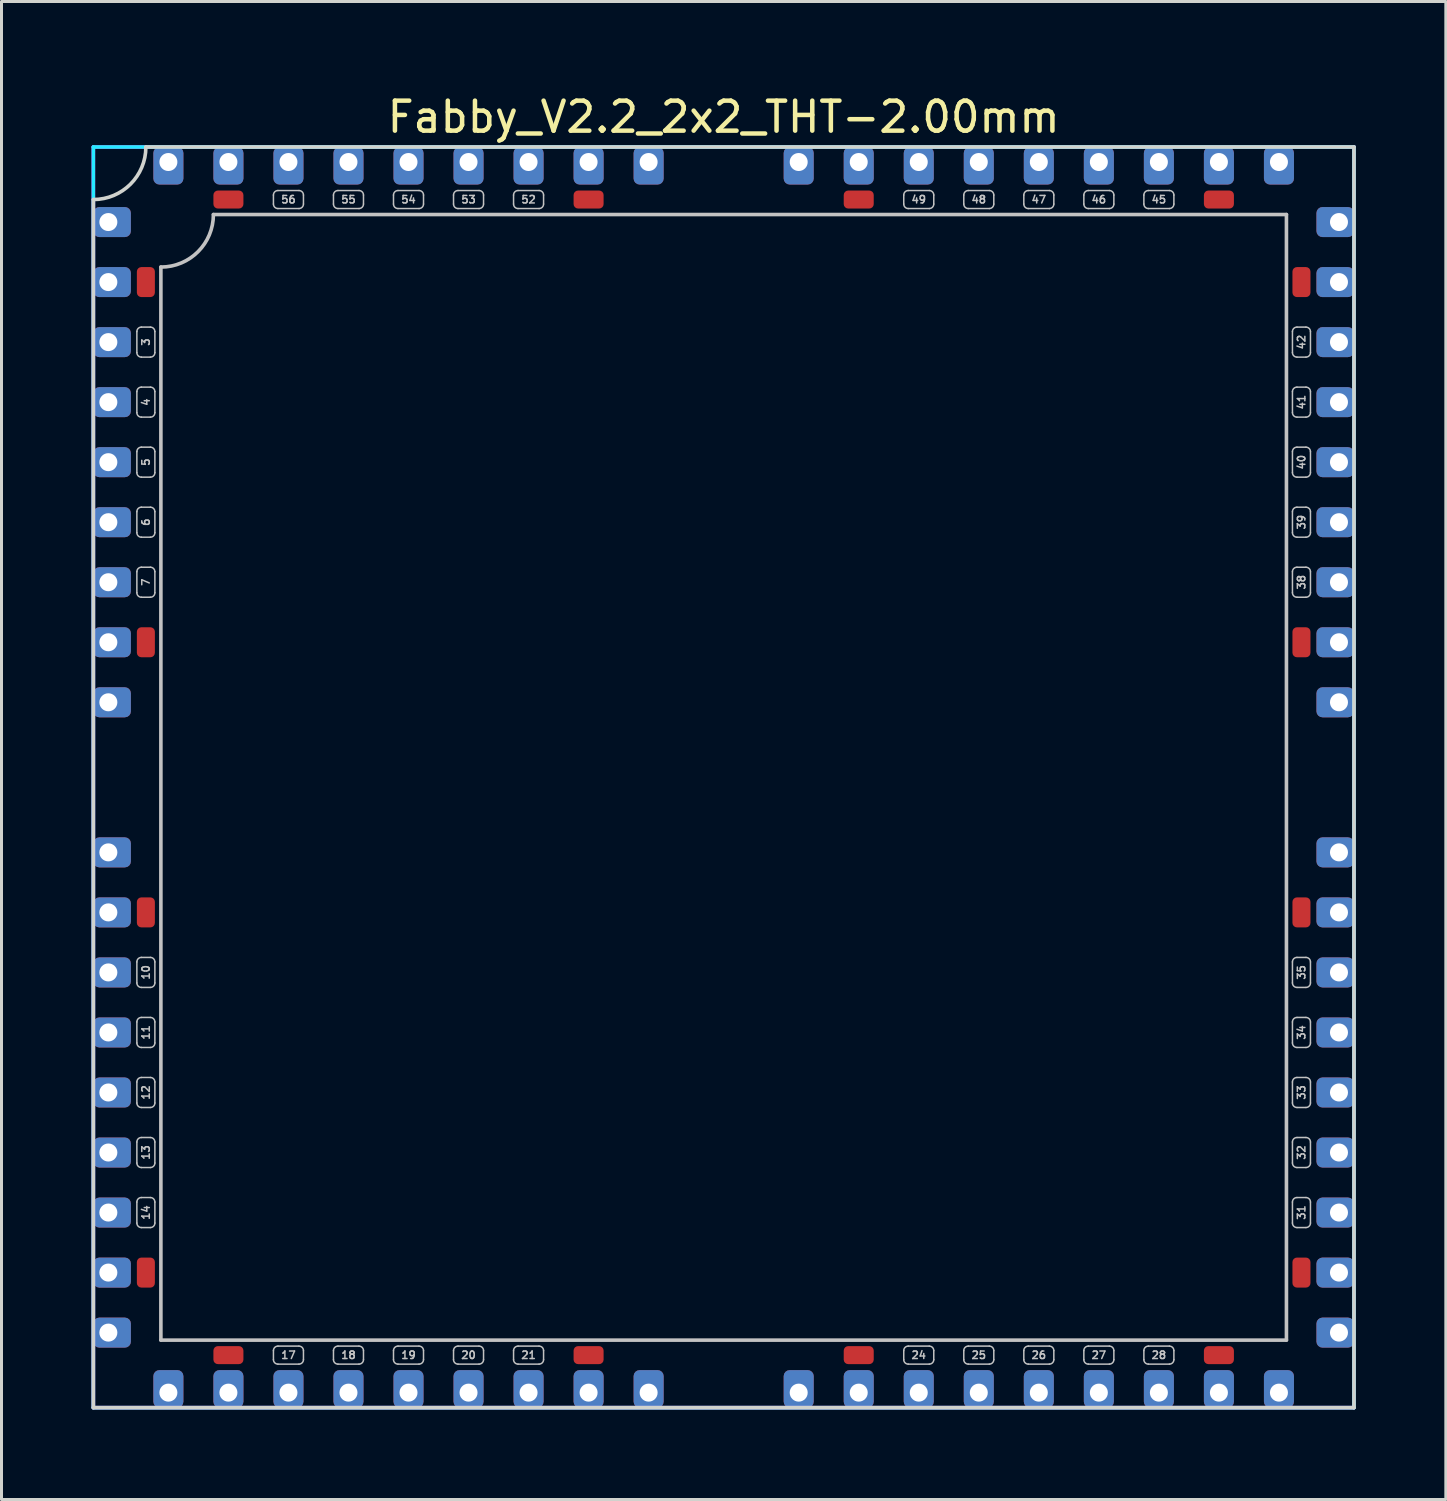
<source format=kicad_pcb>
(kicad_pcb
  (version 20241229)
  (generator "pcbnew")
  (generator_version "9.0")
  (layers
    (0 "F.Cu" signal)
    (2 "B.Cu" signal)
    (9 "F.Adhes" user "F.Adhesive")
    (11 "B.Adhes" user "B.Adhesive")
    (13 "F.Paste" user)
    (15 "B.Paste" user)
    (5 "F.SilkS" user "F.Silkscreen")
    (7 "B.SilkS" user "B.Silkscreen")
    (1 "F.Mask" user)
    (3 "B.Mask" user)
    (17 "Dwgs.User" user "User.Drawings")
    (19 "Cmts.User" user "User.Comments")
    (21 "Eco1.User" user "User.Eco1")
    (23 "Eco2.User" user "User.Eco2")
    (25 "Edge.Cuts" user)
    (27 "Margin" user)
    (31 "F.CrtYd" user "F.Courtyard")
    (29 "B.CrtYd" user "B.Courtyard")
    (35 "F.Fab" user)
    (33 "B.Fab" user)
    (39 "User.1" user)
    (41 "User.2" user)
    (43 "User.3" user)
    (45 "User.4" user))
  (footprint "Fabby_V2.2_2x2_THT-2.00mm"
    (layer "F.Cu")
    (at 21.06 22.848)
    (property "Reference" "Fabby_V2.2_2x2_THT-2.00mm" (at 0 -22 0) (layer "F.SilkS") (effects (font (size 1 1) (thickness 0.15))))
    (attr through_hole)
    (fp_line (start -19.55 -14.15) (end -19.55 -14.85) (stroke (width 0.05) (type solid)) (layer "Dwgs.User"))
    (fp_line (start -19.55 -12.15) (end -19.55 -12.85) (stroke (width 0.05) (type solid)) (layer "Dwgs.User"))
    (fp_line (start -19.55 -10.15) (end -19.55 -10.85) (stroke (width 0.05) (type solid)) (layer "Dwgs.User"))
    (fp_line (start -19.55 -8.15) (end -19.55 -8.85) (stroke (width 0.05) (type solid)) (layer "Dwgs.User"))
    (fp_line (start -19.55 -6.15) (end -19.55 -6.85) (stroke (width 0.05) (type solid)) (layer "Dwgs.User"))
    (fp_line (start -19.55 6.15) (end -19.55 6.85) (stroke (width 0.05) (type solid)) (layer "Dwgs.User"))
    (fp_line (start -19.55 8.15) (end -19.55 8.85) (stroke (width 0.05) (type solid)) (layer "Dwgs.User"))
    (fp_line (start -19.55 10.15) (end -19.55 10.85) (stroke (width 0.05) (type solid)) (layer "Dwgs.User"))
    (fp_line (start -19.55 12.15) (end -19.55 12.85) (stroke (width 0.05) (type solid)) (layer "Dwgs.User"))
    (fp_line (start -19.55 14.15) (end -19.55 14.85) (stroke (width 0.05) (type solid)) (layer "Dwgs.User"))
    (fp_line (start -19.4 -15) (end -19.1 -15) (stroke (width 0.05) (type solid)) (layer "Dwgs.User"))
    (fp_line (start -19.4 -14) (end -19.1 -14) (stroke (width 0.05) (type solid)) (layer "Dwgs.User"))
    (fp_line (start -19.4 -13) (end -19.1 -13) (stroke (width 0.05) (type solid)) (layer "Dwgs.User"))
    (fp_line (start -19.4 -12) (end -19.1 -12) (stroke (width 0.05) (type solid)) (layer "Dwgs.User"))
    (fp_line (start -19.4 -11) (end -19.1 -11) (stroke (width 0.05) (type solid)) (layer "Dwgs.User"))
    (fp_line (start -19.4 -10) (end -19.1 -10) (stroke (width 0.05) (type solid)) (layer "Dwgs.User"))
    (fp_line (start -19.4 -9) (end -19.1 -9) (stroke (width 0.05) (type solid)) (layer "Dwgs.User"))
    (fp_line (start -19.4 -8) (end -19.1 -8) (stroke (width 0.05) (type solid)) (layer "Dwgs.User"))
    (fp_line (start -19.4 -7) (end -19.1 -7) (stroke (width 0.05) (type solid)) (layer "Dwgs.User"))
    (fp_line (start -19.4 -6) (end -19.1 -6) (stroke (width 0.05) (type solid)) (layer "Dwgs.User"))
    (fp_line (start -19.1 6) (end -19.4 6) (stroke (width 0.05) (type solid)) (layer "Dwgs.User"))
    (fp_line (start -19.1 7) (end -19.4 7) (stroke (width 0.05) (type solid)) (layer "Dwgs.User"))
    (fp_line (start -19.1 8) (end -19.4 8) (stroke (width 0.05) (type solid)) (layer "Dwgs.User"))
    (fp_line (start -19.1 9) (end -19.4 9) (stroke (width 0.05) (type solid)) (layer "Dwgs.User"))
    (fp_line (start -19.1 10) (end -19.4 10) (stroke (width 0.05) (type solid)) (layer "Dwgs.User"))
    (fp_line (start -19.1 11) (end -19.4 11) (stroke (width 0.05) (type solid)) (layer "Dwgs.User"))
    (fp_line (start -19.1 12) (end -19.4 12) (stroke (width 0.05) (type solid)) (layer "Dwgs.User"))
    (fp_line (start -19.1 13) (end -19.4 13) (stroke (width 0.05) (type solid)) (layer "Dwgs.User"))
    (fp_line (start -19.1 14) (end -19.4 14) (stroke (width 0.05) (type solid)) (layer "Dwgs.User"))
    (fp_line (start -19.1 15) (end -19.4 15) (stroke (width 0.05) (type solid)) (layer "Dwgs.User"))
    (fp_line (start -18.95 -14.15) (end -18.95 -14.85) (stroke (width 0.05) (type solid)) (layer "Dwgs.User"))
    (fp_line (start -18.95 -12.15) (end -18.95 -12.85) (stroke (width 0.05) (type solid)) (layer "Dwgs.User"))
    (fp_line (start -18.95 -10.15) (end -18.95 -10.85) (stroke (width 0.05) (type solid)) (layer "Dwgs.User"))
    (fp_line (start -18.95 -8.15) (end -18.95 -8.85) (stroke (width 0.05) (type solid)) (layer "Dwgs.User"))
    (fp_line (start -18.95 -6.15) (end -18.95 -6.85) (stroke (width 0.05) (type solid)) (layer "Dwgs.User"))
    (fp_line (start -18.95 6.15) (end -18.95 6.85) (stroke (width 0.05) (type solid)) (layer "Dwgs.User"))
    (fp_line (start -18.95 8.15) (end -18.95 8.85) (stroke (width 0.05) (type solid)) (layer "Dwgs.User"))
    (fp_line (start -18.95 10.15) (end -18.95 10.85) (stroke (width 0.05) (type solid)) (layer "Dwgs.User"))
    (fp_line (start -18.95 12.15) (end -18.95 12.85) (stroke (width 0.05) (type solid)) (layer "Dwgs.User"))
    (fp_line (start -18.95 14.15) (end -18.95 14.85) (stroke (width 0.05) (type solid)) (layer "Dwgs.User"))
    (fp_line (start -18.75 18.75) (end -18.75 -17) (stroke (width 0.12) (type solid)) (layer "Dwgs.User"))
    (fp_line (start -17 -18.75) (end 18.75 -18.75) (stroke (width 0.12) (type solid)) (layer "Dwgs.User"))
    (fp_line (start -15 -19.1) (end -15 -19.4) (stroke (width 0.05) (type solid)) (layer "Dwgs.User"))
    (fp_line (start -15 19.4) (end -15 19.1) (stroke (width 0.05) (type solid)) (layer "Dwgs.User"))
    (fp_line (start -14.15 -19.55) (end -14.85 -19.55) (stroke (width 0.05) (type solid)) (layer "Dwgs.User"))
    (fp_line (start -14.15 -18.95) (end -14.85 -18.95) (stroke (width 0.05) (type solid)) (layer "Dwgs.User"))
    (fp_line (start -14.15 18.95) (end -14.85 18.95) (stroke (width 0.05) (type solid)) (layer "Dwgs.User"))
    (fp_line (start -14.15 19.55) (end -14.85 19.55) (stroke (width 0.05) (type solid)) (layer "Dwgs.User"))
    (fp_line (start -14 -19.1) (end -14 -19.4) (stroke (width 0.05) (type solid)) (layer "Dwgs.User"))
    (fp_line (start -14 19.4) (end -14 19.1) (stroke (width 0.05) (type solid)) (layer "Dwgs.User"))
    (fp_line (start -13 -19.1) (end -13 -19.4) (stroke (width 0.05) (type solid)) (layer "Dwgs.User"))
    (fp_line (start -13 19.4) (end -13 19.1) (stroke (width 0.05) (type solid)) (layer "Dwgs.User"))
    (fp_line (start -12.15 -19.55) (end -12.85 -19.55) (stroke (width 0.05) (type solid)) (layer "Dwgs.User"))
    (fp_line (start -12.15 -18.95) (end -12.85 -18.95) (stroke (width 0.05) (type solid)) (layer "Dwgs.User"))
    (fp_line (start -12.15 18.95) (end -12.85 18.95) (stroke (width 0.05) (type solid)) (layer "Dwgs.User"))
    (fp_line (start -12.15 19.55) (end -12.85 19.55) (stroke (width 0.05) (type solid)) (layer "Dwgs.User"))
    (fp_line (start -12 -19.1) (end -12 -19.4) (stroke (width 0.05) (type solid)) (layer "Dwgs.User"))
    (fp_line (start -12 19.4) (end -12 19.1) (stroke (width 0.05) (type solid)) (layer "Dwgs.User"))
    (fp_line (start -11 -19.1) (end -11 -19.4) (stroke (width 0.05) (type solid)) (layer "Dwgs.User"))
    (fp_line (start -11 19.4) (end -11 19.1) (stroke (width 0.05) (type solid)) (layer "Dwgs.User"))
    (fp_line (start -10.15 -19.55) (end -10.85 -19.55) (stroke (width 0.05) (type solid)) (layer "Dwgs.User"))
    (fp_line (start -10.15 -18.95) (end -10.85 -18.95) (stroke (width 0.05) (type solid)) (layer "Dwgs.User"))
    (fp_line (start -10.15 18.95) (end -10.85 18.95) (stroke (width 0.05) (type solid)) (layer "Dwgs.User"))
    (fp_line (start -10.15 19.55) (end -10.85 19.55) (stroke (width 0.05) (type solid)) (layer "Dwgs.User"))
    (fp_line (start -10 -19.1) (end -10 -19.4) (stroke (width 0.05) (type solid)) (layer "Dwgs.User"))
    (fp_line (start -10 19.4) (end -10 19.1) (stroke (width 0.05) (type solid)) (layer "Dwgs.User"))
    (fp_line (start -9 -19.1) (end -9 -19.4) (stroke (width 0.05) (type solid)) (layer "Dwgs.User"))
    (fp_line (start -9 19.4) (end -9 19.1) (stroke (width 0.05) (type solid)) (layer "Dwgs.User"))
    (fp_line (start -8.15 -19.55) (end -8.85 -19.55) (stroke (width 0.05) (type solid)) (layer "Dwgs.User"))
    (fp_line (start -8.15 -18.95) (end -8.85 -18.95) (stroke (width 0.05) (type solid)) (layer "Dwgs.User"))
    (fp_line (start -8.15 18.95) (end -8.85 18.95) (stroke (width 0.05) (type solid)) (layer "Dwgs.User"))
    (fp_line (start -8.15 19.55) (end -8.85 19.55) (stroke (width 0.05) (type solid)) (layer "Dwgs.User"))
    (fp_line (start -8 -19.1) (end -8 -19.4) (stroke (width 0.05) (type solid)) (layer "Dwgs.User"))
    (fp_line (start -8 19.4) (end -8 19.1) (stroke (width 0.05) (type solid)) (layer "Dwgs.User"))
    (fp_line (start -7 -19.1) (end -7 -19.4) (stroke (width 0.05) (type solid)) (layer "Dwgs.User"))
    (fp_line (start -7 19.4) (end -7 19.1) (stroke (width 0.05) (type solid)) (layer "Dwgs.User"))
    (fp_line (start -6.15 -19.55) (end -6.85 -19.55) (stroke (width 0.05) (type solid)) (layer "Dwgs.User"))
    (fp_line (start -6.15 -18.95) (end -6.85 -18.95) (stroke (width 0.05) (type solid)) (layer "Dwgs.User"))
    (fp_line (start -6.15 18.95) (end -6.85 18.95) (stroke (width 0.05) (type solid)) (layer "Dwgs.User"))
    (fp_line (start -6.15 19.55) (end -6.85 19.55) (stroke (width 0.05) (type solid)) (layer "Dwgs.User"))
    (fp_line (start -6 -19.1) (end -6 -19.4) (stroke (width 0.05) (type solid)) (layer "Dwgs.User"))
    (fp_line (start -6 19.4) (end -6 19.1) (stroke (width 0.05) (type solid)) (layer "Dwgs.User"))
    (fp_line (start 6 -19.1) (end 6 -19.4) (stroke (width 0.05) (type solid)) (layer "Dwgs.User"))
    (fp_line (start 6 19.4) (end 6 19.1) (stroke (width 0.05) (type solid)) (layer "Dwgs.User"))
    (fp_line (start 6.85 -19.55) (end 6.15 -19.55) (stroke (width 0.05) (type solid)) (layer "Dwgs.User"))
    (fp_line (start 6.85 -18.95) (end 6.15 -18.95) (stroke (width 0.05) (type solid)) (layer "Dwgs.User"))
    (fp_line (start 6.85 18.95) (end 6.15 18.95) (stroke (width 0.05) (type solid)) (layer "Dwgs.User"))
    (fp_line (start 6.85 19.55) (end 6.15 19.55) (stroke (width 0.05) (type solid)) (layer "Dwgs.User"))
    (fp_line (start 7 -19.1) (end 7 -19.4) (stroke (width 0.05) (type solid)) (layer "Dwgs.User"))
    (fp_line (start 7 19.4) (end 7 19.1) (stroke (width 0.05) (type solid)) (layer "Dwgs.User"))
    (fp_line (start 8 -19.1) (end 8 -19.4) (stroke (width 0.05) (type solid)) (layer "Dwgs.User"))
    (fp_line (start 8 19.4) (end 8 19.1) (stroke (width 0.05) (type solid)) (layer "Dwgs.User"))
    (fp_line (start 8.85 -19.55) (end 8.15 -19.55) (stroke (width 0.05) (type solid)) (layer "Dwgs.User"))
    (fp_line (start 8.85 -18.95) (end 8.15 -18.95) (stroke (width 0.05) (type solid)) (layer "Dwgs.User"))
    (fp_line (start 8.85 18.95) (end 8.15 18.95) (stroke (width 0.05) (type solid)) (layer "Dwgs.User"))
    (fp_line (start 8.85 19.55) (end 8.15 19.55) (stroke (width 0.05) (type solid)) (layer "Dwgs.User"))
    (fp_line (start 9 -19.1) (end 9 -19.4) (stroke (width 0.05) (type solid)) (layer "Dwgs.User"))
    (fp_line (start 9 19.4) (end 9 19.1) (stroke (width 0.05) (type solid)) (layer "Dwgs.User"))
    (fp_line (start 10 -19.1) (end 10 -19.4) (stroke (width 0.05) (type solid)) (layer "Dwgs.User"))
    (fp_line (start 10 19.4) (end 10 19.1) (stroke (width 0.05) (type solid)) (layer "Dwgs.User"))
    (fp_line (start 10.85 -19.55) (end 10.15 -19.55) (stroke (width 0.05) (type solid)) (layer "Dwgs.User"))
    (fp_line (start 10.85 -18.95) (end 10.15 -18.95) (stroke (width 0.05) (type solid)) (layer "Dwgs.User"))
    (fp_line (start 10.85 18.95) (end 10.15 18.95) (stroke (width 0.05) (type solid)) (layer "Dwgs.User"))
    (fp_line (start 10.85 19.55) (end 10.15 19.55) (stroke (width 0.05) (type solid)) (layer "Dwgs.User"))
    (fp_line (start 11 -19.1) (end 11 -19.4) (stroke (width 0.05) (type solid)) (layer "Dwgs.User"))
    (fp_line (start 11 19.4) (end 11 19.1) (stroke (width 0.05) (type solid)) (layer "Dwgs.User"))
    (fp_line (start 12 -19.1) (end 12 -19.4) (stroke (width 0.05) (type solid)) (layer "Dwgs.User"))
    (fp_line (start 12 19.4) (end 12 19.1) (stroke (width 0.05) (type solid)) (layer "Dwgs.User"))
    (fp_line (start 12.85 -19.55) (end 12.15 -19.55) (stroke (width 0.05) (type solid)) (layer "Dwgs.User"))
    (fp_line (start 12.85 -18.95) (end 12.15 -18.95) (stroke (width 0.05) (type solid)) (layer "Dwgs.User"))
    (fp_line (start 12.85 18.95) (end 12.15 18.95) (stroke (width 0.05) (type solid)) (layer "Dwgs.User"))
    (fp_line (start 12.85 19.55) (end 12.15 19.55) (stroke (width 0.05) (type solid)) (layer "Dwgs.User"))
    (fp_line (start 13 -19.1) (end 13 -19.4) (stroke (width 0.05) (type solid)) (layer "Dwgs.User"))
    (fp_line (start 13 19.4) (end 13 19.1) (stroke (width 0.05) (type solid)) (layer "Dwgs.User"))
    (fp_line (start 14 -19.1) (end 14 -19.4) (stroke (width 0.05) (type solid)) (layer "Dwgs.User"))
    (fp_line (start 14 19.4) (end 14 19.1) (stroke (width 0.05) (type solid)) (layer "Dwgs.User"))
    (fp_line (start 14.85 -19.55) (end 14.15 -19.55) (stroke (width 0.05) (type solid)) (layer "Dwgs.User"))
    (fp_line (start 14.85 -18.95) (end 14.15 -18.95) (stroke (width 0.05) (type solid)) (layer "Dwgs.User"))
    (fp_line (start 14.85 18.95) (end 14.15 18.95) (stroke (width 0.05) (type solid)) (layer "Dwgs.User"))
    (fp_line (start 14.85 19.55) (end 14.15 19.55) (stroke (width 0.05) (type solid)) (layer "Dwgs.User"))
    (fp_line (start 15 -19.1) (end 15 -19.4) (stroke (width 0.05) (type solid)) (layer "Dwgs.User"))
    (fp_line (start 15 19.4) (end 15 19.1) (stroke (width 0.05) (type solid)) (layer "Dwgs.User"))
    (fp_line (start 18.75 -18.75) (end 18.75 18.75) (stroke (width 0.12) (type solid)) (layer "Dwgs.User"))
    (fp_line (start 18.75 18.75) (end -18.75 18.75) (stroke (width 0.12) (type solid)) (layer "Dwgs.User"))
    (fp_line (start 18.95 -14.85) (end 18.95 -14.15) (stroke (width 0.05) (type solid)) (layer "Dwgs.User"))
    (fp_line (start 18.95 -12.85) (end 18.95 -12.15) (stroke (width 0.05) (type solid)) (layer "Dwgs.User"))
    (fp_line (start 18.95 -10.85) (end 18.95 -10.15) (stroke (width 0.05) (type solid)) (layer "Dwgs.User"))
    (fp_line (start 18.95 -8.85) (end 18.95 -8.15) (stroke (width 0.05) (type solid)) (layer "Dwgs.User"))
    (fp_line (start 18.95 -6.85) (end 18.95 -6.15) (stroke (width 0.05) (type solid)) (layer "Dwgs.User"))
    (fp_line (start 18.95 6.85) (end 18.95 6.15) (stroke (width 0.05) (type solid)) (layer "Dwgs.User"))
    (fp_line (start 18.95 8.85) (end 18.95 8.15) (stroke (width 0.05) (type solid)) (layer "Dwgs.User"))
    (fp_line (start 18.95 10.85) (end 18.95 10.15) (stroke (width 0.05) (type solid)) (layer "Dwgs.User"))
    (fp_line (start 18.95 12.85) (end 18.95 12.15) (stroke (width 0.05) (type solid)) (layer "Dwgs.User"))
    (fp_line (start 18.95 14.85) (end 18.95 14.15) (stroke (width 0.05) (type solid)) (layer "Dwgs.User"))
    (fp_line (start 19.1 6) (end 19.4 6) (stroke (width 0.05) (type solid)) (layer "Dwgs.User"))
    (fp_line (start 19.1 7) (end 19.4 7) (stroke (width 0.05) (type solid)) (layer "Dwgs.User"))
    (fp_line (start 19.1 8) (end 19.4 8) (stroke (width 0.05) (type solid)) (layer "Dwgs.User"))
    (fp_line (start 19.1 9) (end 19.4 9) (stroke (width 0.05) (type solid)) (layer "Dwgs.User"))
    (fp_line (start 19.1 10) (end 19.4 10) (stroke (width 0.05) (type solid)) (layer "Dwgs.User"))
    (fp_line (start 19.1 11) (end 19.4 11) (stroke (width 0.05) (type solid)) (layer "Dwgs.User"))
    (fp_line (start 19.1 12) (end 19.4 12) (stroke (width 0.05) (type solid)) (layer "Dwgs.User"))
    (fp_line (start 19.1 13) (end 19.4 13) (stroke (width 0.05) (type solid)) (layer "Dwgs.User"))
    (fp_line (start 19.1 14) (end 19.4 14) (stroke (width 0.05) (type solid)) (layer "Dwgs.User"))
    (fp_line (start 19.1 15) (end 19.4 15) (stroke (width 0.05) (type solid)) (layer "Dwgs.User"))
    (fp_line (start 19.4 -15) (end 19.1 -15) (stroke (width 0.05) (type solid)) (layer "Dwgs.User"))
    (fp_line (start 19.4 -14) (end 19.1 -14) (stroke (width 0.05) (type solid)) (layer "Dwgs.User"))
    (fp_line (start 19.4 -13) (end 19.1 -13) (stroke (width 0.05) (type solid)) (layer "Dwgs.User"))
    (fp_line (start 19.4 -12) (end 19.1 -12) (stroke (width 0.05) (type solid)) (layer "Dwgs.User"))
    (fp_line (start 19.4 -11) (end 19.1 -11) (stroke (width 0.05) (type solid)) (layer "Dwgs.User"))
    (fp_line (start 19.4 -10) (end 19.1 -10) (stroke (width 0.05) (type solid)) (layer "Dwgs.User"))
    (fp_line (start 19.4 -9) (end 19.1 -9) (stroke (width 0.05) (type solid)) (layer "Dwgs.User"))
    (fp_line (start 19.4 -8) (end 19.1 -8) (stroke (width 0.05) (type solid)) (layer "Dwgs.User"))
    (fp_line (start 19.4 -7) (end 19.1 -7) (stroke (width 0.05) (type solid)) (layer "Dwgs.User"))
    (fp_line (start 19.4 -6) (end 19.1 -6) (stroke (width 0.05) (type solid)) (layer "Dwgs.User"))
    (fp_line (start 19.55 -14.85) (end 19.55 -14.15) (stroke (width 0.05) (type solid)) (layer "Dwgs.User"))
    (fp_line (start 19.55 -12.85) (end 19.55 -12.15) (stroke (width 0.05) (type solid)) (layer "Dwgs.User"))
    (fp_line (start 19.55 -10.85) (end 19.55 -10.15) (stroke (width 0.05) (type solid)) (layer "Dwgs.User"))
    (fp_line (start 19.55 -8.85) (end 19.55 -8.15) (stroke (width 0.05) (type solid)) (layer "Dwgs.User"))
    (fp_line (start 19.55 -6.85) (end 19.55 -6.15) (stroke (width 0.05) (type solid)) (layer "Dwgs.User"))
    (fp_line (start 19.55 6.85) (end 19.55 6.15) (stroke (width 0.05) (type solid)) (layer "Dwgs.User"))
    (fp_line (start 19.55 8.85) (end 19.55 8.15) (stroke (width 0.05) (type solid)) (layer "Dwgs.User"))
    (fp_line (start 19.55 10.85) (end 19.55 10.15) (stroke (width 0.05) (type solid)) (layer "Dwgs.User"))
    (fp_line (start 19.55 12.85) (end 19.55 12.15) (stroke (width 0.05) (type solid)) (layer "Dwgs.User"))
    (fp_line (start 19.55 14.85) (end 19.55 14.15) (stroke (width 0.05) (type solid)) (layer "Dwgs.User"))
    (fp_arc (start -19.55 -14.85) (mid -19.506066 -14.956066) (end -19.4 -15) (stroke (width 0.05) (type solid)) (layer "Dwgs.User"))
    (fp_arc (start -19.55 -12.85) (mid -19.506066 -12.956066) (end -19.4 -13) (stroke (width 0.05) (type solid)) (layer "Dwgs.User"))
    (fp_arc (start -19.55 -10.85) (mid -19.506066 -10.956066) (end -19.4 -11) (stroke (width 0.05) (type solid)) (layer "Dwgs.User"))
    (fp_arc (start -19.55 -8.85) (mid -19.506066 -8.956066) (end -19.4 -9) (stroke (width 0.05) (type solid)) (layer "Dwgs.User"))
    (fp_arc (start -19.55 -6.85) (mid -19.506066 -6.956066) (end -19.4 -7) (stroke (width 0.05) (type solid)) (layer "Dwgs.User"))
    (fp_arc (start -19.55 6.15) (mid -19.506066 6.043934) (end -19.4 6) (stroke (width 0.05) (type solid)) (layer "Dwgs.User"))
    (fp_arc (start -19.55 8.15) (mid -19.506066 8.043934) (end -19.4 8) (stroke (width 0.05) (type solid)) (layer "Dwgs.User"))
    (fp_arc (start -19.55 10.15) (mid -19.506066 10.043934) (end -19.4 10) (stroke (width 0.05) (type solid)) (layer "Dwgs.User"))
    (fp_arc (start -19.55 12.15) (mid -19.506066 12.043934) (end -19.4 12) (stroke (width 0.05) (type solid)) (layer "Dwgs.User"))
    (fp_arc (start -19.55 14.15) (mid -19.506066 14.043934) (end -19.4 14) (stroke (width 0.05) (type solid)) (layer "Dwgs.User"))
    (fp_arc (start -19.4 -14) (mid -19.506066 -14.043934) (end -19.55 -14.15) (stroke (width 0.05) (type solid)) (layer "Dwgs.User"))
    (fp_arc (start -19.4 -12) (mid -19.506066 -12.043934) (end -19.55 -12.15) (stroke (width 0.05) (type solid)) (layer "Dwgs.User"))
    (fp_arc (start -19.4 -10) (mid -19.506066 -10.043934) (end -19.55 -10.15) (stroke (width 0.05) (type solid)) (layer "Dwgs.User"))
    (fp_arc (start -19.4 -8) (mid -19.506066 -8.043934) (end -19.55 -8.15) (stroke (width 0.05) (type solid)) (layer "Dwgs.User"))
    (fp_arc (start -19.4 -6) (mid -19.506066 -6.043934) (end -19.55 -6.15) (stroke (width 0.05) (type solid)) (layer "Dwgs.User"))
    (fp_arc (start -19.4 7) (mid -19.506066 6.956066) (end -19.55 6.85) (stroke (width 0.05) (type solid)) (layer "Dwgs.User"))
    (fp_arc (start -19.4 9) (mid -19.506066 8.956066) (end -19.55 8.85) (stroke (width 0.05) (type solid)) (layer "Dwgs.User"))
    (fp_arc (start -19.4 11) (mid -19.506066 10.956066) (end -19.55 10.85) (stroke (width 0.05) (type solid)) (layer "Dwgs.User"))
    (fp_arc (start -19.4 13) (mid -19.506066 12.956066) (end -19.55 12.85) (stroke (width 0.05) (type solid)) (layer "Dwgs.User"))
    (fp_arc (start -19.4 15) (mid -19.506066 14.956066) (end -19.55 14.85) (stroke (width 0.05) (type solid)) (layer "Dwgs.User"))
    (fp_arc (start -19.1 -15) (mid -18.993934 -14.956066) (end -18.95 -14.85) (stroke (width 0.05) (type solid)) (layer "Dwgs.User"))
    (fp_arc (start -19.1 -13) (mid -18.993934 -12.956066) (end -18.95 -12.85) (stroke (width 0.05) (type solid)) (layer "Dwgs.User"))
    (fp_arc (start -19.1 -11) (mid -18.993934 -10.956066) (end -18.95 -10.85) (stroke (width 0.05) (type solid)) (layer "Dwgs.User"))
    (fp_arc (start -19.1 -9) (mid -18.993934 -8.956066) (end -18.95 -8.85) (stroke (width 0.05) (type solid)) (layer "Dwgs.User"))
    (fp_arc (start -19.1 -7) (mid -18.993934 -6.956066) (end -18.95 -6.85) (stroke (width 0.05) (type solid)) (layer "Dwgs.User"))
    (fp_arc (start -19.1 6) (mid -18.993934 6.043934) (end -18.95 6.15) (stroke (width 0.05) (type solid)) (layer "Dwgs.User"))
    (fp_arc (start -19.1 8) (mid -18.993934 8.043934) (end -18.95 8.15) (stroke (width 0.05) (type solid)) (layer "Dwgs.User"))
    (fp_arc (start -19.1 10) (mid -18.993934 10.043934) (end -18.95 10.15) (stroke (width 0.05) (type solid)) (layer "Dwgs.User"))
    (fp_arc (start -19.1 12) (mid -18.993934 12.043934) (end -18.95 12.15) (stroke (width 0.05) (type solid)) (layer "Dwgs.User"))
    (fp_arc (start -19.1 14) (mid -18.993934 14.043934) (end -18.95 14.15) (stroke (width 0.05) (type solid)) (layer "Dwgs.User"))
    (fp_arc (start -18.95 -14.15) (mid -18.993934 -14.043934) (end -19.1 -14) (stroke (width 0.05) (type solid)) (layer "Dwgs.User"))
    (fp_arc (start -18.95 -12.15) (mid -18.993934 -12.043934) (end -19.1 -12) (stroke (width 0.05) (type solid)) (layer "Dwgs.User"))
    (fp_arc (start -18.95 -10.15) (mid -18.993934 -10.043934) (end -19.1 -10) (stroke (width 0.05) (type solid)) (layer "Dwgs.User"))
    (fp_arc (start -18.95 -8.15) (mid -18.993934 -8.043934) (end -19.1 -8) (stroke (width 0.05) (type solid)) (layer "Dwgs.User"))
    (fp_arc (start -18.95 -6.15) (mid -18.993934 -6.043934) (end -19.1 -6) (stroke (width 0.05) (type solid)) (layer "Dwgs.User"))
    (fp_arc (start -18.95 6.85) (mid -18.993934 6.956066) (end -19.1 7) (stroke (width 0.05) (type solid)) (layer "Dwgs.User"))
    (fp_arc (start -18.95 8.85) (mid -18.993934 8.956066) (end -19.1 9) (stroke (width 0.05) (type solid)) (layer "Dwgs.User"))
    (fp_arc (start -18.95 10.85) (mid -18.993934 10.956066) (end -19.1 11) (stroke (width 0.05) (type solid)) (layer "Dwgs.User"))
    (fp_arc (start -18.95 12.85) (mid -18.993934 12.956066) (end -19.1 13) (stroke (width 0.05) (type solid)) (layer "Dwgs.User"))
    (fp_arc (start -18.95 14.85) (mid -18.993934 14.956066) (end -19.1 15) (stroke (width 0.05) (type solid)) (layer "Dwgs.User"))
    (fp_arc (start -17 -18.75) (mid -17.512563 -17.512563) (end -18.75 -17) (stroke (width 0.12) (type solid)) (layer "Dwgs.User"))
    (fp_arc (start -15 -19.4) (mid -14.956066 -19.506066) (end -14.85 -19.55) (stroke (width 0.05) (type solid)) (layer "Dwgs.User"))
    (fp_arc (start -15 19.1) (mid -14.956066 18.993934) (end -14.85 18.95) (stroke (width 0.05) (type solid)) (layer "Dwgs.User"))
    (fp_arc (start -14.85 -18.95) (mid -14.956066 -18.993934) (end -15 -19.1) (stroke (width 0.05) (type solid)) (layer "Dwgs.User"))
    (fp_arc (start -14.85 19.55) (mid -14.956066 19.506066) (end -15 19.4) (stroke (width 0.05) (type solid)) (layer "Dwgs.User"))
    (fp_arc (start -14.15 -19.55) (mid -14.043934 -19.506066) (end -14 -19.4) (stroke (width 0.05) (type solid)) (layer "Dwgs.User"))
    (fp_arc (start -14.15 18.95) (mid -14.043934 18.993934) (end -14 19.1) (stroke (width 0.05) (type solid)) (layer "Dwgs.User"))
    (fp_arc (start -14 -19.1) (mid -14.043934 -18.993934) (end -14.15 -18.95) (stroke (width 0.05) (type solid)) (layer "Dwgs.User"))
    (fp_arc (start -14 19.4) (mid -14.043934 19.506066) (end -14.15 19.55) (stroke (width 0.05) (type solid)) (layer "Dwgs.User"))
    (fp_arc (start -13 -19.4) (mid -12.956066 -19.506066) (end -12.85 -19.55) (stroke (width 0.05) (type solid)) (layer "Dwgs.User"))
    (fp_arc (start -13 19.1) (mid -12.956066 18.993934) (end -12.85 18.95) (stroke (width 0.05) (type solid)) (layer "Dwgs.User"))
    (fp_arc (start -12.85 -18.95) (mid -12.956066 -18.993934) (end -13 -19.1) (stroke (width 0.05) (type solid)) (layer "Dwgs.User"))
    (fp_arc (start -12.85 19.55) (mid -12.956066 19.506066) (end -13 19.4) (stroke (width 0.05) (type solid)) (layer "Dwgs.User"))
    (fp_arc (start -12.15 -19.55) (mid -12.043934 -19.506066) (end -12 -19.4) (stroke (width 0.05) (type solid)) (layer "Dwgs.User"))
    (fp_arc (start -12.15 18.95) (mid -12.043934 18.993934) (end -12 19.1) (stroke (width 0.05) (type solid)) (layer "Dwgs.User"))
    (fp_arc (start -12 -19.1) (mid -12.043934 -18.993934) (end -12.15 -18.95) (stroke (width 0.05) (type solid)) (layer "Dwgs.User"))
    (fp_arc (start -12 19.4) (mid -12.043934 19.506066) (end -12.15 19.55) (stroke (width 0.05) (type solid)) (layer "Dwgs.User"))
    (fp_arc (start -11 -19.4) (mid -10.956066 -19.506066) (end -10.85 -19.55) (stroke (width 0.05) (type solid)) (layer "Dwgs.User"))
    (fp_arc (start -11 19.1) (mid -10.956066 18.993934) (end -10.85 18.95) (stroke (width 0.05) (type solid)) (layer "Dwgs.User"))
    (fp_arc (start -10.85 -18.95) (mid -10.956066 -18.993934) (end -11 -19.1) (stroke (width 0.05) (type solid)) (layer "Dwgs.User"))
    (fp_arc (start -10.85 19.55) (mid -10.956066 19.506066) (end -11 19.4) (stroke (width 0.05) (type solid)) (layer "Dwgs.User"))
    (fp_arc (start -10.15 -19.55) (mid -10.043934 -19.506066) (end -10 -19.4) (stroke (width 0.05) (type solid)) (layer "Dwgs.User"))
    (fp_arc (start -10.15 18.95) (mid -10.043934 18.993934) (end -10 19.1) (stroke (width 0.05) (type solid)) (layer "Dwgs.User"))
    (fp_arc (start -10 -19.1) (mid -10.043934 -18.993934) (end -10.15 -18.95) (stroke (width 0.05) (type solid)) (layer "Dwgs.User"))
    (fp_arc (start -10 19.4) (mid -10.043934 19.506066) (end -10.15 19.55) (stroke (width 0.05) (type solid)) (layer "Dwgs.User"))
    (fp_arc (start -9 -19.4) (mid -8.956066 -19.506066) (end -8.85 -19.55) (stroke (width 0.05) (type solid)) (layer "Dwgs.User"))
    (fp_arc (start -9 19.1) (mid -8.956066 18.993934) (end -8.85 18.95) (stroke (width 0.05) (type solid)) (layer "Dwgs.User"))
    (fp_arc (start -8.85 -18.95) (mid -8.956066 -18.993934) (end -9 -19.1) (stroke (width 0.05) (type solid)) (layer "Dwgs.User"))
    (fp_arc (start -8.85 19.55) (mid -8.956066 19.506066) (end -9 19.4) (stroke (width 0.05) (type solid)) (layer "Dwgs.User"))
    (fp_arc (start -8.15 -19.55) (mid -8.043934 -19.506066) (end -8 -19.4) (stroke (width 0.05) (type solid)) (layer "Dwgs.User"))
    (fp_arc (start -8.15 18.95) (mid -8.043934 18.993934) (end -8 19.1) (stroke (width 0.05) (type solid)) (layer "Dwgs.User"))
    (fp_arc (start -8 -19.1) (mid -8.043934 -18.993934) (end -8.15 -18.95) (stroke (width 0.05) (type solid)) (layer "Dwgs.User"))
    (fp_arc (start -8 19.4) (mid -8.043934 19.506066) (end -8.15 19.55) (stroke (width 0.05) (type solid)) (layer "Dwgs.User"))
    (fp_arc (start -7 -19.4) (mid -6.956066 -19.506066) (end -6.85 -19.55) (stroke (width 0.05) (type solid)) (layer "Dwgs.User"))
    (fp_arc (start -7 19.1) (mid -6.956066 18.993934) (end -6.85 18.95) (stroke (width 0.05) (type solid)) (layer "Dwgs.User"))
    (fp_arc (start -6.85 -18.95) (mid -6.956066 -18.993934) (end -7 -19.1) (stroke (width 0.05) (type solid)) (layer "Dwgs.User"))
    (fp_arc (start -6.85 19.55) (mid -6.956066 19.506066) (end -7 19.4) (stroke (width 0.05) (type solid)) (layer "Dwgs.User"))
    (fp_arc (start -6.15 -19.55) (mid -6.043934 -19.506066) (end -6 -19.4) (stroke (width 0.05) (type solid)) (layer "Dwgs.User"))
    (fp_arc (start -6.15 18.95) (mid -6.043934 18.993934) (end -6 19.1) (stroke (width 0.05) (type solid)) (layer "Dwgs.User"))
    (fp_arc (start -6 -19.1) (mid -6.043934 -18.993934) (end -6.15 -18.95) (stroke (width 0.05) (type solid)) (layer "Dwgs.User"))
    (fp_arc (start -6 19.4) (mid -6.043934 19.506066) (end -6.15 19.55) (stroke (width 0.05) (type solid)) (layer "Dwgs.User"))
    (fp_arc (start 6 -19.4) (mid 6.043934 -19.506066) (end 6.15 -19.55) (stroke (width 0.05) (type solid)) (layer "Dwgs.User"))
    (fp_arc (start 6 19.1) (mid 6.043934 18.993934) (end 6.15 18.95) (stroke (width 0.05) (type solid)) (layer "Dwgs.User"))
    (fp_arc (start 6.15 -18.95) (mid 6.043934 -18.993934) (end 6 -19.1) (stroke (width 0.05) (type solid)) (layer "Dwgs.User"))
    (fp_arc (start 6.15 19.55) (mid 6.043934 19.506066) (end 6 19.4) (stroke (width 0.05) (type solid)) (layer "Dwgs.User"))
    (fp_arc (start 6.85 -19.55) (mid 6.956066 -19.506066) (end 7 -19.4) (stroke (width 0.05) (type solid)) (layer "Dwgs.User"))
    (fp_arc (start 6.85 18.95) (mid 6.956066 18.993934) (end 7 19.1) (stroke (width 0.05) (type solid)) (layer "Dwgs.User"))
    (fp_arc (start 7 -19.1) (mid 6.956066 -18.993934) (end 6.85 -18.95) (stroke (width 0.05) (type solid)) (layer "Dwgs.User"))
    (fp_arc (start 7 19.4) (mid 6.956066 19.506066) (end 6.85 19.55) (stroke (width 0.05) (type solid)) (layer "Dwgs.User"))
    (fp_arc (start 8 -19.4) (mid 8.043934 -19.506066) (end 8.15 -19.55) (stroke (width 0.05) (type solid)) (layer "Dwgs.User"))
    (fp_arc (start 8 19.1) (mid 8.043934 18.993934) (end 8.15 18.95) (stroke (width 0.05) (type solid)) (layer "Dwgs.User"))
    (fp_arc (start 8.15 -18.95) (mid 8.043934 -18.993934) (end 8 -19.1) (stroke (width 0.05) (type solid)) (layer "Dwgs.User"))
    (fp_arc (start 8.15 19.55) (mid 8.043934 19.506066) (end 8 19.4) (stroke (width 0.05) (type solid)) (layer "Dwgs.User"))
    (fp_arc (start 8.85 -19.55) (mid 8.956066 -19.506066) (end 9 -19.4) (stroke (width 0.05) (type solid)) (layer "Dwgs.User"))
    (fp_arc (start 8.85 18.95) (mid 8.956066 18.993934) (end 9 19.1) (stroke (width 0.05) (type solid)) (layer "Dwgs.User"))
    (fp_arc (start 9 -19.1) (mid 8.956066 -18.993934) (end 8.85 -18.95) (stroke (width 0.05) (type solid)) (layer "Dwgs.User"))
    (fp_arc (start 9 19.4) (mid 8.956066 19.506066) (end 8.85 19.55) (stroke (width 0.05) (type solid)) (layer "Dwgs.User"))
    (fp_arc (start 10 -19.4) (mid 10.043934 -19.506066) (end 10.15 -19.55) (stroke (width 0.05) (type solid)) (layer "Dwgs.User"))
    (fp_arc (start 10 19.1) (mid 10.043934 18.993934) (end 10.15 18.95) (stroke (width 0.05) (type solid)) (layer "Dwgs.User"))
    (fp_arc (start 10.15 -18.95) (mid 10.043934 -18.993934) (end 10 -19.1) (stroke (width 0.05) (type solid)) (layer "Dwgs.User"))
    (fp_arc (start 10.15 19.55) (mid 10.043934 19.506066) (end 10 19.4) (stroke (width 0.05) (type solid)) (layer "Dwgs.User"))
    (fp_arc (start 10.85 -19.55) (mid 10.956066 -19.506066) (end 11 -19.4) (stroke (width 0.05) (type solid)) (layer "Dwgs.User"))
    (fp_arc (start 10.85 18.95) (mid 10.956066 18.993934) (end 11 19.1) (stroke (width 0.05) (type solid)) (layer "Dwgs.User"))
    (fp_arc (start 11 -19.1) (mid 10.956066 -18.993934) (end 10.85 -18.95) (stroke (width 0.05) (type solid)) (layer "Dwgs.User"))
    (fp_arc (start 11 19.4) (mid 10.956066 19.506066) (end 10.85 19.55) (stroke (width 0.05) (type solid)) (layer "Dwgs.User"))
    (fp_arc (start 12 -19.4) (mid 12.043934 -19.506066) (end 12.15 -19.55) (stroke (width 0.05) (type solid)) (layer "Dwgs.User"))
    (fp_arc (start 12 19.1) (mid 12.043934 18.993934) (end 12.15 18.95) (stroke (width 0.05) (type solid)) (layer "Dwgs.User"))
    (fp_arc (start 12.15 -18.95) (mid 12.043934 -18.993934) (end 12 -19.1) (stroke (width 0.05) (type solid)) (layer "Dwgs.User"))
    (fp_arc (start 12.15 19.55) (mid 12.043934 19.506066) (end 12 19.4) (stroke (width 0.05) (type solid)) (layer "Dwgs.User"))
    (fp_arc (start 12.85 -19.55) (mid 12.956066 -19.506066) (end 13 -19.4) (stroke (width 0.05) (type solid)) (layer "Dwgs.User"))
    (fp_arc (start 12.85 18.95) (mid 12.956066 18.993934) (end 13 19.1) (stroke (width 0.05) (type solid)) (layer "Dwgs.User"))
    (fp_arc (start 13 -19.1) (mid 12.956066 -18.993934) (end 12.85 -18.95) (stroke (width 0.05) (type solid)) (layer "Dwgs.User"))
    (fp_arc (start 13 19.4) (mid 12.956066 19.506066) (end 12.85 19.55) (stroke (width 0.05) (type solid)) (layer "Dwgs.User"))
    (fp_arc (start 14 -19.4) (mid 14.043934 -19.506066) (end 14.15 -19.55) (stroke (width 0.05) (type solid)) (layer "Dwgs.User"))
    (fp_arc (start 14 19.1) (mid 14.043934 18.993934) (end 14.15 18.95) (stroke (width 0.05) (type solid)) (layer "Dwgs.User"))
    (fp_arc (start 14.15 -18.95) (mid 14.043934 -18.993934) (end 14 -19.1) (stroke (width 0.05) (type solid)) (layer "Dwgs.User"))
    (fp_arc (start 14.15 19.55) (mid 14.043934 19.506066) (end 14 19.4) (stroke (width 0.05) (type solid)) (layer "Dwgs.User"))
    (fp_arc (start 14.85 -19.55) (mid 14.956066 -19.506066) (end 15 -19.4) (stroke (width 0.05) (type solid)) (layer "Dwgs.User"))
    (fp_arc (start 14.85 18.95) (mid 14.956066 18.993934) (end 15 19.1) (stroke (width 0.05) (type solid)) (layer "Dwgs.User"))
    (fp_arc (start 15 -19.1) (mid 14.956066 -18.993934) (end 14.85 -18.95) (stroke (width 0.05) (type solid)) (layer "Dwgs.User"))
    (fp_arc (start 15 19.4) (mid 14.956066 19.506066) (end 14.85 19.55) (stroke (width 0.05) (type solid)) (layer "Dwgs.User"))
    (fp_arc (start 18.95 -14.85) (mid 18.993934 -14.956066) (end 19.1 -15) (stroke (width 0.05) (type solid)) (layer "Dwgs.User"))
    (fp_arc (start 18.95 -12.85) (mid 18.993934 -12.956066) (end 19.1 -13) (stroke (width 0.05) (type solid)) (layer "Dwgs.User"))
    (fp_arc (start 18.95 -10.85) (mid 18.993934 -10.956066) (end 19.1 -11) (stroke (width 0.05) (type solid)) (layer "Dwgs.User"))
    (fp_arc (start 18.95 -8.85) (mid 18.993934 -8.956066) (end 19.1 -9) (stroke (width 0.05) (type solid)) (layer "Dwgs.User"))
    (fp_arc (start 18.95 -6.85) (mid 18.993934 -6.956066) (end 19.1 -7) (stroke (width 0.05) (type solid)) (layer "Dwgs.User"))
    (fp_arc (start 18.95 6.15) (mid 18.993934 6.043934) (end 19.1 6) (stroke (width 0.05) (type solid)) (layer "Dwgs.User"))
    (fp_arc (start 18.95 8.15) (mid 18.993934 8.043934) (end 19.1 8) (stroke (width 0.05) (type solid)) (layer "Dwgs.User"))
    (fp_arc (start 18.95 10.15) (mid 18.993934 10.043934) (end 19.1 10) (stroke (width 0.05) (type solid)) (layer "Dwgs.User"))
    (fp_arc (start 18.95 12.15) (mid 18.993934 12.043934) (end 19.1 12) (stroke (width 0.05) (type solid)) (layer "Dwgs.User"))
    (fp_arc (start 18.95 14.15) (mid 18.993934 14.043934) (end 19.1 14) (stroke (width 0.05) (type solid)) (layer "Dwgs.User"))
    (fp_arc (start 19.1 -14) (mid 18.993934 -14.043934) (end 18.95 -14.15) (stroke (width 0.05) (type solid)) (layer "Dwgs.User"))
    (fp_arc (start 19.1 -12) (mid 18.993934 -12.043934) (end 18.95 -12.15) (stroke (width 0.05) (type solid)) (layer "Dwgs.User"))
    (fp_arc (start 19.1 -10) (mid 18.993934 -10.043934) (end 18.95 -10.15) (stroke (width 0.05) (type solid)) (layer "Dwgs.User"))
    (fp_arc (start 19.1 -8) (mid 18.993934 -8.043934) (end 18.95 -8.15) (stroke (width 0.05) (type solid)) (layer "Dwgs.User"))
    (fp_arc (start 19.1 -6) (mid 18.993934 -6.043934) (end 18.95 -6.15) (stroke (width 0.05) (type solid)) (layer "Dwgs.User"))
    (fp_arc (start 19.1 7) (mid 18.993934 6.956066) (end 18.95 6.85) (stroke (width 0.05) (type solid)) (layer "Dwgs.User"))
    (fp_arc (start 19.1 9) (mid 18.993934 8.956066) (end 18.95 8.85) (stroke (width 0.05) (type solid)) (layer "Dwgs.User"))
    (fp_arc (start 19.1 11) (mid 18.993934 10.956066) (end 18.95 10.85) (stroke (width 0.05) (type solid)) (layer "Dwgs.User"))
    (fp_arc (start 19.1 13) (mid 18.993934 12.956066) (end 18.95 12.85) (stroke (width 0.05) (type solid)) (layer "Dwgs.User"))
    (fp_arc (start 19.1 15) (mid 18.993934 14.956066) (end 18.95 14.85) (stroke (width 0.05) (type solid)) (layer "Dwgs.User"))
    (fp_arc (start 19.4 -15) (mid 19.506066 -14.956066) (end 19.55 -14.85) (stroke (width 0.05) (type solid)) (layer "Dwgs.User"))
    (fp_arc (start 19.4 -13) (mid 19.506066 -12.956066) (end 19.55 -12.85) (stroke (width 0.05) (type solid)) (layer "Dwgs.User"))
    (fp_arc (start 19.4 -11) (mid 19.506066 -10.956066) (end 19.55 -10.85) (stroke (width 0.05) (type solid)) (layer "Dwgs.User"))
    (fp_arc (start 19.4 -9) (mid 19.506066 -8.956066) (end 19.55 -8.85) (stroke (width 0.05) (type solid)) (layer "Dwgs.User"))
    (fp_arc (start 19.4 -7) (mid 19.506066 -6.956066) (end 19.55 -6.85) (stroke (width 0.05) (type solid)) (layer "Dwgs.User"))
    (fp_arc (start 19.4 6) (mid 19.506066 6.043934) (end 19.55 6.15) (stroke (width 0.05) (type solid)) (layer "Dwgs.User"))
    (fp_arc (start 19.4 8) (mid 19.506066 8.043934) (end 19.55 8.15) (stroke (width 0.05) (type solid)) (layer "Dwgs.User"))
    (fp_arc (start 19.4 10) (mid 19.506066 10.043934) (end 19.55 10.15) (stroke (width 0.05) (type solid)) (layer "Dwgs.User"))
    (fp_arc (start 19.4 12) (mid 19.506066 12.043934) (end 19.55 12.15) (stroke (width 0.05) (type solid)) (layer "Dwgs.User"))
    (fp_arc (start 19.4 14) (mid 19.506066 14.043934) (end 19.55 14.15) (stroke (width 0.05) (type solid)) (layer "Dwgs.User"))
    (fp_arc (start 19.55 -14.15) (mid 19.506066 -14.043934) (end 19.4 -14) (stroke (width 0.05) (type solid)) (layer "Dwgs.User"))
    (fp_arc (start 19.55 -12.15) (mid 19.506066 -12.043934) (end 19.4 -12) (stroke (width 0.05) (type solid)) (layer "Dwgs.User"))
    (fp_arc (start 19.55 -10.15) (mid 19.506066 -10.043934) (end 19.4 -10) (stroke (width 0.05) (type solid)) (layer "Dwgs.User"))
    (fp_arc (start 19.55 -8.15) (mid 19.506066 -8.043934) (end 19.4 -8) (stroke (width 0.05) (type solid)) (layer "Dwgs.User"))
    (fp_arc (start 19.55 -6.15) (mid 19.506066 -6.043934) (end 19.4 -6) (stroke (width 0.05) (type solid)) (layer "Dwgs.User"))
    (fp_arc (start 19.55 6.85) (mid 19.506066 6.956066) (end 19.4 7) (stroke (width 0.05) (type solid)) (layer "Dwgs.User"))
    (fp_arc (start 19.55 8.85) (mid 19.506066 8.956066) (end 19.4 9) (stroke (width 0.05) (type solid)) (layer "Dwgs.User"))
    (fp_arc (start 19.55 10.85) (mid 19.506066 10.956066) (end 19.4 11) (stroke (width 0.05) (type solid)) (layer "Dwgs.User"))
    (fp_arc (start 19.55 12.85) (mid 19.506066 12.956066) (end 19.4 13) (stroke (width 0.05) (type solid)) (layer "Dwgs.User"))
    (fp_arc (start 19.55 14.85) (mid 19.506066 14.956066) (end 19.4 15) (stroke (width 0.05) (type solid)) (layer "Dwgs.User"))
    (fp_line (start -21 -19.25) (end -21 21) (stroke (width 0.12) (type solid)) (layer "Edge.Cuts"))
    (fp_line (start -21 21) (end 21 21) (stroke (width 0.12) (type solid)) (layer "Edge.Cuts"))
    (fp_line (start -19.25 -21) (end 21 -21) (stroke (width 0.12) (type solid)) (layer "Edge.Cuts"))
    (fp_line (start 21 -21) (end 21 21) (stroke (width 0.12) (type solid)) (layer "Edge.Cuts"))
    (fp_arc (start -19.25 -21) (mid -19.762563 -19.762563) (end -21 -19.25) (stroke (width 0.12) (type solid)) (layer "Edge.Cuts"))
    (fp_line (start -21 -21) (end 21 -21) (stroke (width 0.12) (type solid)) (layer "B.CrtYd"))
    (fp_line (start -21 21) (end -21 -21) (stroke (width 0.12) (type solid)) (layer "B.CrtYd"))
    (fp_line (start -21 21) (end 21 21) (stroke (width 0.12) (type solid)) (layer "B.CrtYd"))
    (fp_line (start 21 21) (end 21 -21) (stroke (width 0.12) (type solid)) (layer "B.CrtYd"))
    (fp_line (start -21 -21) (end 21 -21) (stroke (width 0.12) (type solid)) (layer "F.CrtYd"))
    (fp_line (start -21 21) (end -21 -21) (stroke (width 0.12) (type solid)) (layer "F.CrtYd"))
    (fp_line (start -21 21) (end 21 21) (stroke (width 0.12) (type solid)) (layer "F.CrtYd"))
    (fp_line (start 21 21) (end 21 -21) (stroke (width 0.12) (type solid)) (layer "F.CrtYd"))
    (fp_text user "26" (at 10.5 19.25 180) (layer "Dwgs.User") (effects (font (size 0.25 0.25) (thickness 0.05))))
    (fp_text user "33" (at 19.25 10.5 90) (layer "Dwgs.User") (effects (font (size 0.25 0.25) (thickness 0.05))))
    (fp_text user "7" (at -19.25 -6.5 90) (layer "Dwgs.User") (effects (font (size 0.25 0.25) (thickness 0.05))))
    (fp_text user "12" (at -19.25 10.5 270) (layer "Dwgs.User") (effects (font (size 0.25 0.25) (thickness 0.05))))
    (fp_text user "49" (at 6.5 -19.25 180) (layer "Dwgs.User") (effects (font (size 0.25 0.25) (thickness 0.05))))
    (fp_text user "53" (at -8.5 -19.25 180) (layer "Dwgs.User") (effects (font (size 0.25 0.25) (thickness 0.05))))
    (fp_text user "38" (at 19.25 -6.5 270) (layer "Dwgs.User") (effects (font (size 0.25 0.25) (thickness 0.05))))
    (fp_text user "13" (at -19.25 12.5 270) (layer "Dwgs.User") (effects (font (size 0.25 0.25) (thickness 0.05))))
    (fp_text user "41" (at 19.25 -12.5 270) (layer "Dwgs.User") (effects (font (size 0.25 0.25) (thickness 0.05))))
    (fp_text user "25" (at 8.5 19.25 180) (layer "Dwgs.User") (effects (font (size 0.25 0.25) (thickness 0.05))))
    (fp_text user "55" (at -12.5 -19.25 180) (layer "Dwgs.User") (effects (font (size 0.25 0.25) (thickness 0.05))))
    (fp_text user "14" (at -19.25 14.5 270) (layer "Dwgs.User") (effects (font (size 0.25 0.25) (thickness 0.05))))
    (fp_text user "5" (at -19.25 -10.5 90) (layer "Dwgs.User") (effects (font (size 0.25 0.25) (thickness 0.05))))
    (fp_text user "4" (at -19.25 -12.5 90) (layer "Dwgs.User") (effects (font (size 0.25 0.25) (thickness 0.05))))
    (fp_text user "45" (at 14.5 -19.25 180) (layer "Dwgs.User") (effects (font (size 0.25 0.25) (thickness 0.05))))
    (fp_text user "31" (at 19.25 14.5 90) (layer "Dwgs.User") (effects (font (size 0.25 0.25) (thickness 0.05))))
    (fp_text user "32" (at 19.25 12.5 90) (layer "Dwgs.User") (effects (font (size 0.25 0.25) (thickness 0.05))))
    (fp_text user "27" (at 12.5 19.25 180) (layer "Dwgs.User") (effects (font (size 0.25 0.25) (thickness 0.05))))
    (fp_text user "42" (at 19.25 -14.5 270) (layer "Dwgs.User") (effects (font (size 0.25 0.25) (thickness 0.05))))
    (fp_text user "40" (at 19.25 -10.5 270) (layer "Dwgs.User") (effects (font (size 0.25 0.25) (thickness 0.05))))
    (fp_text user "20" (at -8.5 19.25 180) (layer "Dwgs.User") (effects (font (size 0.25 0.25) (thickness 0.05))))
    (fp_text user "35" (at 19.25 6.5 90) (layer "Dwgs.User") (effects (font (size 0.25 0.25) (thickness 0.05))))
    (fp_text user "39" (at 19.25 -8.5 270) (layer "Dwgs.User") (effects (font (size 0.25 0.25) (thickness 0.05))))
    (fp_text user "6" (at -19.25 -8.5 90) (layer "Dwgs.User") (effects (font (size 0.25 0.25) (thickness 0.05))))
    (fp_text user "17" (at -14.5 19.25 180) (layer "Dwgs.User") (effects (font (size 0.25 0.25) (thickness 0.05))))
    (fp_text user "54" (at -10.5 -19.25 180) (layer "Dwgs.User") (effects (font (size 0.25 0.25) (thickness 0.05))))
    (fp_text user "52" (at -6.5 -19.25 180) (layer "Dwgs.User") (effects (font (size 0.25 0.25) (thickness 0.05))))
    (fp_text user "46" (at 12.5 -19.25 180) (layer "Dwgs.User") (effects (font (size 0.25 0.25) (thickness 0.05))))
    (fp_text user "48" (at 8.5 -19.25 180) (layer "Dwgs.User") (effects (font (size 0.25 0.25) (thickness 0.05))))
    (fp_text user "21" (at -6.5 19.25 180) (layer "Dwgs.User") (effects (font (size 0.25 0.25) (thickness 0.05))))
    (fp_text user "34" (at 19.25 8.5 90) (layer "Dwgs.User") (effects (font (size 0.25 0.25) (thickness 0.05))))
    (fp_text user "11" (at -19.25 8.5 270) (layer "Dwgs.User") (effects (font (size 0.25 0.25) (thickness 0.05))))
    (fp_text user "24" (at 6.5 19.25 180) (layer "Dwgs.User") (effects (font (size 0.25 0.25) (thickness 0.05))))
    (fp_text user "56" (at -14.5 -19.25 180) (layer "Dwgs.User") (effects (font (size 0.25 0.25) (thickness 0.05))))
    (fp_text user "28" (at 14.5 19.25 180) (layer "Dwgs.User") (effects (font (size 0.25 0.25) (thickness 0.05))))
    (fp_text user "10" (at -19.25 6.5 270) (layer "Dwgs.User") (effects (font (size 0.25 0.25) (thickness 0.05))))
    (fp_text user "47" (at 10.5 -19.25 180) (layer "Dwgs.User") (effects (font (size 0.25 0.25) (thickness 0.05))))
    (fp_text user "18" (at -12.5 19.25 180) (layer "Dwgs.User") (effects (font (size 0.25 0.25) (thickness 0.05))))
    (fp_text user "19" (at -10.5 19.25 180) (layer "Dwgs.User") (effects (font (size 0.25 0.25) (thickness 0.05))))
    (fp_text user "3" (at -19.25 -14.5 90) (layer "Dwgs.User") (effects (font (size 0.25 0.25) (thickness 0.05))))
    (pad "" thru_hole roundrect (at -20.5 -16.5 90) (size 1 1.25) (drill 0.6 (offset 0 0.125)) (layers "*.Cu" "*.Mask") (roundrect_rratio 0.2))
    (pad "" thru_hole roundrect (at -20.5 -4.5 90) (size 1 1.25) (drill 0.6 (offset 0 0.125)) (layers "*.Cu" "*.Mask") (roundrect_rratio 0.2))
    (pad "" thru_hole roundrect (at -20.5 4.5 90) (size 1 1.25) (drill 0.6 (offset 0 0.125)) (layers "*.Cu" "*.Mask") (roundrect_rratio 0.2))
    (pad "" thru_hole roundrect (at -20.5 16.5 90) (size 1 1.25) (drill 0.6 (offset 0 0.125)) (layers "*.Cu" "*.Mask") (roundrect_rratio 0.2))
    (pad "" thru_hole roundrect (at -16.5 -20.5) (size 1 1.25) (drill 0.6 (offset 0 0.125)) (layers "*.Cu" "*.Mask") (roundrect_rratio 0.2))
    (pad "" thru_hole roundrect (at -16.5 20.5 180) (size 1 1.25) (drill 0.6 (offset 0 0.125)) (layers "*.Cu" "*.Mask") (roundrect_rratio 0.2))
    (pad "" thru_hole roundrect (at -4.5 -20.5) (size 1 1.25) (drill 0.6 (offset 0 0.125)) (layers "*.Cu" "*.Mask") (roundrect_rratio 0.2))
    (pad "" thru_hole roundrect (at -4.5 20.5 180) (size 1 1.25) (drill 0.6 (offset 0 0.125)) (layers "*.Cu" "*.Mask") (roundrect_rratio 0.2))
    (pad "" thru_hole roundrect (at 4.5 -20.5) (size 1 1.25) (drill 0.6 (offset 0 0.125)) (layers "*.Cu" "*.Mask") (roundrect_rratio 0.2))
    (pad "" thru_hole roundrect (at 4.5 20.5 180) (size 1 1.25) (drill 0.6 (offset 0 0.125)) (layers "*.Cu" "*.Mask") (roundrect_rratio 0.2))
    (pad "" thru_hole roundrect (at 16.5 -20.5) (size 1 1.25) (drill 0.6 (offset 0 0.125)) (layers "*.Cu" "*.Mask") (roundrect_rratio 0.2))
    (pad "" thru_hole roundrect (at 16.5 20.5 180) (size 1 1.25) (drill 0.6 (offset 0 0.125)) (layers "*.Cu" "*.Mask") (roundrect_rratio 0.2))
    (pad "" thru_hole roundrect (at 20.5 -16.5 270) (size 1 1.25) (drill 0.6 (offset 0 0.125)) (layers "*.Cu" "*.Mask") (roundrect_rratio 0.2))
    (pad "" thru_hole roundrect (at 20.5 -4.5 270) (size 1 1.25) (drill 0.6 (offset 0 0.125)) (layers "*.Cu" "*.Mask") (roundrect_rratio 0.2))
    (pad "" thru_hole roundrect (at 20.5 4.5 270) (size 1 1.25) (drill 0.6 (offset 0 0.125)) (layers "*.Cu" "*.Mask") (roundrect_rratio 0.2))
    (pad "" thru_hole roundrect (at 20.5 16.5 270) (size 1 1.25) (drill 0.6 (offset 0 0.125)) (layers "*.Cu" "*.Mask") (roundrect_rratio 0.2))
    (pad "1" thru_hole roundrect (at -20.5 -18.5 90) (size 1 1.25) (drill 0.6 (offset 0 0.125)) (layers "*.Cu" "*.Mask") (roundrect_rratio 0.2))
    (pad "1" thru_hole roundrect (at -20.5 -2.5 90) (size 1 1.25) (drill 0.6 (offset 0 0.125)) (layers "*.Cu" "*.Mask") (roundrect_rratio 0.2))
    (pad "1" thru_hole roundrect (at -20.5 2.5 90) (size 1 1.25) (drill 0.6 (offset 0 0.125)) (layers "*.Cu" "*.Mask") (roundrect_rratio 0.2))
    (pad "1" thru_hole roundrect (at -20.5 18.5 90) (size 1 1.25) (drill 0.6 (offset 0 0.125)) (layers "*.Cu" "*.Mask") (roundrect_rratio 0.2))
    (pad "1" thru_hole roundrect (at -18.5 -20.5) (size 1 1.25) (drill 0.6 (offset 0 0.125)) (layers "*.Cu" "*.Mask") (roundrect_rratio 0.2))
    (pad "1" thru_hole roundrect (at -18.5 20.5 180) (size 1 1.25) (drill 0.6 (offset 0 0.125)) (layers "*.Cu" "*.Mask") (roundrect_rratio 0.2))
    (pad "1" thru_hole roundrect (at -2.5 -20.5) (size 1 1.25) (drill 0.6 (offset 0 0.125)) (layers "*.Cu" "*.Mask") (roundrect_rratio 0.2))
    (pad "1" thru_hole roundrect (at -2.5 20.5 180) (size 1 1.25) (drill 0.6 (offset 0 0.125)) (layers "*.Cu" "*.Mask") (roundrect_rratio 0.2))
    (pad "1" thru_hole roundrect (at 2.5 -20.5) (size 1 1.25) (drill 0.6 (offset 0 0.125)) (layers "*.Cu" "*.Mask") (roundrect_rratio 0.2))
    (pad "1" thru_hole roundrect (at 2.5 20.5 180) (size 1 1.25) (drill 0.6 (offset 0 0.125)) (layers "*.Cu" "*.Mask") (roundrect_rratio 0.2))
    (pad "1" thru_hole roundrect (at 18.5 -20.5) (size 1 1.25) (drill 0.6 (offset 0 0.125)) (layers "*.Cu" "*.Mask") (roundrect_rratio 0.2))
    (pad "1" thru_hole roundrect (at 18.5 20.5 180) (size 1 1.25) (drill 0.6 (offset 0 0.125)) (layers "*.Cu" "*.Mask") (roundrect_rratio 0.2))
    (pad "1" thru_hole roundrect (at 20.5 -18.5 270) (size 1 1.25) (drill 0.6 (offset 0 0.125)) (layers "*.Cu" "*.Mask") (roundrect_rratio 0.2))
    (pad "1" thru_hole roundrect (at 20.5 -2.5 270) (size 1 1.25) (drill 0.6 (offset 0 0.125)) (layers "*.Cu" "*.Mask") (roundrect_rratio 0.2))
    (pad "1" thru_hole roundrect (at 20.5 2.5 270) (size 1 1.25) (drill 0.6 (offset 0 0.125)) (layers "*.Cu" "*.Mask") (roundrect_rratio 0.2))
    (pad "1" thru_hole roundrect (at 20.5 18.5 270) (size 1 1.25) (drill 0.6 (offset 0 0.125)) (layers "*.Cu" "*.Mask") (roundrect_rratio 0.2))
    (pad "2" smd roundrect (at -19.25 -16.5) (size 0.6 1) (layers "F.Cu" "F.Mask" "F.Paste") (roundrect_rratio 0.25))
    (pad "3" thru_hole roundrect (at -20.5 -14.5 90) (size 1 1.25) (drill 0.6 (offset 0 0.125)) (layers "*.Cu" "*.Mask") (roundrect_rratio 0.2))
    (pad "4" thru_hole roundrect (at -20.5 -12.5 90) (size 1 1.25) (drill 0.6 (offset 0 0.125)) (layers "*.Cu" "*.Mask") (roundrect_rratio 0.2))
    (pad "5" thru_hole roundrect (at -20.5 -10.5 90) (size 1 1.25) (drill 0.6 (offset 0 0.125)) (layers "*.Cu" "*.Mask") (roundrect_rratio 0.2))
    (pad "6" thru_hole roundrect (at -20.5 -8.5 90) (size 1 1.25) (drill 0.6 (offset 0 0.125)) (layers "*.Cu" "*.Mask") (roundrect_rratio 0.2))
    (pad "7" thru_hole roundrect (at -20.5 -6.5 90) (size 1 1.25) (drill 0.6 (offset 0 0.125)) (layers "*.Cu" "*.Mask") (roundrect_rratio 0.2))
    (pad "8" smd roundrect (at -19.25 -4.5) (size 0.6 1) (layers "F.Cu" "F.Mask" "F.Paste") (roundrect_rratio 0.25))
    (pad "9" smd roundrect (at -19.25 4.5) (size 0.6 1) (layers "F.Cu" "F.Mask" "F.Paste") (roundrect_rratio 0.25))
    (pad "10" thru_hole roundrect (at -20.5 6.5 90) (size 1 1.25) (drill 0.6 (offset 0 0.125)) (layers "*.Cu" "*.Mask") (roundrect_rratio 0.2))
    (pad "11" thru_hole roundrect (at -20.5 8.5 90) (size 1 1.25) (drill 0.6 (offset 0 0.125)) (layers "*.Cu" "*.Mask") (roundrect_rratio 0.2))
    (pad "12" thru_hole roundrect (at -20.5 10.5 90) (size 1 1.25) (drill 0.6 (offset 0 0.125)) (layers "*.Cu" "*.Mask") (roundrect_rratio 0.2))
    (pad "13" thru_hole roundrect (at -20.5 12.5 90) (size 1 1.25) (drill 0.6 (offset 0 0.125)) (layers "*.Cu" "*.Mask") (roundrect_rratio 0.2))
    (pad "14" thru_hole roundrect (at -20.5 14.5 90) (size 1 1.25) (drill 0.6 (offset 0 0.125)) (layers "*.Cu" "*.Mask") (roundrect_rratio 0.2))
    (pad "15" smd roundrect (at -19.25 16.5) (size 0.6 1) (layers "F.Cu" "F.Mask" "F.Paste") (roundrect_rratio 0.25))
    (pad "16" smd roundrect (at -16.5 19.25 90) (size 0.6 1) (layers "F.Cu" "F.Mask" "F.Paste") (roundrect_rratio 0.25))
    (pad "17" thru_hole roundrect (at -14.5 20.5 180) (size 1 1.25) (drill 0.6 (offset 0 0.125)) (layers "*.Cu" "*.Mask") (roundrect_rratio 0.2))
    (pad "18" thru_hole roundrect (at -12.5 20.5 180) (size 1 1.25) (drill 0.6 (offset 0 0.125)) (layers "*.Cu" "*.Mask") (roundrect_rratio 0.2))
    (pad "19" thru_hole roundrect (at -10.5 20.5 180) (size 1 1.25) (drill 0.6 (offset 0 0.125)) (layers "*.Cu" "*.Mask") (roundrect_rratio 0.2))
    (pad "20" thru_hole roundrect (at -8.5 20.5 180) (size 1 1.25) (drill 0.6 (offset 0 0.125)) (layers "*.Cu" "*.Mask") (roundrect_rratio 0.2))
    (pad "21" thru_hole roundrect (at -6.5 20.5 180) (size 1 1.25) (drill 0.6 (offset 0 0.125)) (layers "*.Cu" "*.Mask") (roundrect_rratio 0.2))
    (pad "22" smd roundrect (at -4.5 19.25 90) (size 0.6 1) (layers "F.Cu" "F.Mask" "F.Paste") (roundrect_rratio 0.25))
    (pad "23" smd roundrect (at 4.5 19.25 90) (size 0.6 1) (layers "F.Cu" "F.Mask" "F.Paste") (roundrect_rratio 0.25))
    (pad "24" thru_hole roundrect (at 6.5 20.5 180) (size 1 1.25) (drill 0.6 (offset 0 0.125)) (layers "*.Cu" "*.Mask") (roundrect_rratio 0.2))
    (pad "25" thru_hole roundrect (at 8.5 20.5 180) (size 1 1.25) (drill 0.6 (offset 0 0.125)) (layers "*.Cu" "*.Mask") (roundrect_rratio 0.2))
    (pad "26" thru_hole roundrect (at 10.5 20.5 180) (size 1 1.25) (drill 0.6 (offset 0 0.125)) (layers "*.Cu" "*.Mask") (roundrect_rratio 0.2))
    (pad "27" thru_hole roundrect (at 12.5 20.5 180) (size 1 1.25) (drill 0.6 (offset 0 0.125)) (layers "*.Cu" "*.Mask") (roundrect_rratio 0.2))
    (pad "28" thru_hole roundrect (at 14.5 20.5 180) (size 1 1.25) (drill 0.6 (offset 0 0.125)) (layers "*.Cu" "*.Mask") (roundrect_rratio 0.2))
    (pad "29" smd roundrect (at 16.5 19.25 90) (size 0.6 1) (layers "F.Cu" "F.Mask" "F.Paste") (roundrect_rratio 0.25))
    (pad "30" smd roundrect (at 19.25 16.5 180) (size 0.6 1) (layers "F.Cu" "F.Mask" "F.Paste") (roundrect_rratio 0.25))
    (pad "31" thru_hole roundrect (at 20.5 14.5 270) (size 1 1.25) (drill 0.6 (offset 0 0.125)) (layers "*.Cu" "*.Mask") (roundrect_rratio 0.2))
    (pad "32" thru_hole roundrect (at 20.5 12.5 270) (size 1 1.25) (drill 0.6 (offset 0 0.125)) (layers "*.Cu" "*.Mask") (roundrect_rratio 0.2))
    (pad "33" thru_hole roundrect (at 20.5 10.5 270) (size 1 1.25) (drill 0.6 (offset 0 0.125)) (layers "*.Cu" "*.Mask") (roundrect_rratio 0.2))
    (pad "34" thru_hole roundrect (at 20.5 8.5 270) (size 1 1.25) (drill 0.6 (offset 0 0.125)) (layers "*.Cu" "*.Mask") (roundrect_rratio 0.2))
    (pad "35" thru_hole roundrect (at 20.5 6.5 270) (size 1 1.25) (drill 0.6 (offset 0 0.125)) (layers "*.Cu" "*.Mask") (roundrect_rratio 0.2))
    (pad "36" smd roundrect (at 19.25 4.5 180) (size 0.6 1) (layers "F.Cu" "F.Mask" "F.Paste") (roundrect_rratio 0.25))
    (pad "37" smd roundrect (at 19.25 -4.5 180) (size 0.6 1) (layers "F.Cu" "F.Mask" "F.Paste") (roundrect_rratio 0.25))
    (pad "38" thru_hole roundrect (at 20.5 -6.5 270) (size 1 1.25) (drill 0.6 (offset 0 0.125)) (layers "*.Cu" "*.Mask") (roundrect_rratio 0.2))
    (pad "39" thru_hole roundrect (at 20.5 -8.5 270) (size 1 1.25) (drill 0.6 (offset 0 0.125)) (layers "*.Cu" "*.Mask") (roundrect_rratio 0.2))
    (pad "40" thru_hole roundrect (at 20.5 -10.5 270) (size 1 1.25) (drill 0.6 (offset 0 0.125)) (layers "*.Cu" "*.Mask") (roundrect_rratio 0.2))
    (pad "41" thru_hole roundrect (at 20.5 -12.5 270) (size 1 1.25) (drill 0.6 (offset 0 0.125)) (layers "*.Cu" "*.Mask") (roundrect_rratio 0.2))
    (pad "42" thru_hole roundrect (at 20.5 -14.5 270) (size 1 1.25) (drill 0.6 (offset 0 0.125)) (layers "*.Cu" "*.Mask") (roundrect_rratio 0.2))
    (pad "43" smd roundrect (at 19.25 -16.5 180) (size 0.6 1) (layers "F.Cu" "F.Mask" "F.Paste") (roundrect_rratio 0.25))
    (pad "44" smd roundrect (at 16.5 -19.25 270) (size 0.6 1) (layers "F.Cu" "F.Mask" "F.Paste") (roundrect_rratio 0.25))
    (pad "45" thru_hole roundrect (at 14.5 -20.5) (size 1 1.25) (drill 0.6 (offset 0 0.125)) (layers "*.Cu" "*.Mask") (roundrect_rratio 0.2))
    (pad "46" thru_hole roundrect (at 12.5 -20.5) (size 1 1.25) (drill 0.6 (offset 0 0.125)) (layers "*.Cu" "*.Mask") (roundrect_rratio 0.2))
    (pad "47" thru_hole roundrect (at 10.5 -20.5) (size 1 1.25) (drill 0.6 (offset 0 0.125)) (layers "*.Cu" "*.Mask") (roundrect_rratio 0.2))
    (pad "48" thru_hole roundrect (at 8.5 -20.5) (size 1 1.25) (drill 0.6 (offset 0 0.125)) (layers "*.Cu" "*.Mask") (roundrect_rratio 0.2))
    (pad "49" thru_hole roundrect (at 6.5 -20.5) (size 1 1.25) (drill 0.6 (offset 0 0.125)) (layers "*.Cu" "*.Mask") (roundrect_rratio 0.2))
    (pad "50" smd roundrect (at 4.5 -19.25 270) (size 0.6 1) (layers "F.Cu" "F.Mask" "F.Paste") (roundrect_rratio 0.25))
    (pad "51" smd roundrect (at -4.5 -19.25 270) (size 0.6 1) (layers "F.Cu" "F.Mask" "F.Paste") (roundrect_rratio 0.25))
    (pad "52" thru_hole roundrect (at -6.5 -20.5) (size 1 1.25) (drill 0.6 (offset 0 0.125)) (layers "*.Cu" "*.Mask") (roundrect_rratio 0.2))
    (pad "53" thru_hole roundrect (at -8.5 -20.5) (size 1 1.25) (drill 0.6 (offset 0 0.125)) (layers "*.Cu" "*.Mask") (roundrect_rratio 0.2))
    (pad "54" thru_hole roundrect (at -10.5 -20.5) (size 1 1.25) (drill 0.6 (offset 0 0.125)) (layers "*.Cu" "*.Mask") (roundrect_rratio 0.2))
    (pad "55" thru_hole roundrect (at -12.5 -20.5) (size 1 1.25) (drill 0.6 (offset 0 0.125)) (layers "*.Cu" "*.Mask") (roundrect_rratio 0.2))
    (pad "56" thru_hole roundrect (at -14.5 -20.5) (size 1 1.25) (drill 0.6 (offset 0 0.125)) (layers "*.Cu" "*.Mask") (roundrect_rratio 0.2))
    (pad "57" smd roundrect (at -16.5 -19.25 270) (size 0.6 1) (layers "F.Cu" "F.Mask" "F.Paste") (roundrect_rratio 0.25)))
  (gr_rect
    (start -3 -3)
    (end 45.12 46.908)
    (stroke (width 0.1) (type default))
    (fill no)
    (layer "Edge.Cuts")))
</source>
